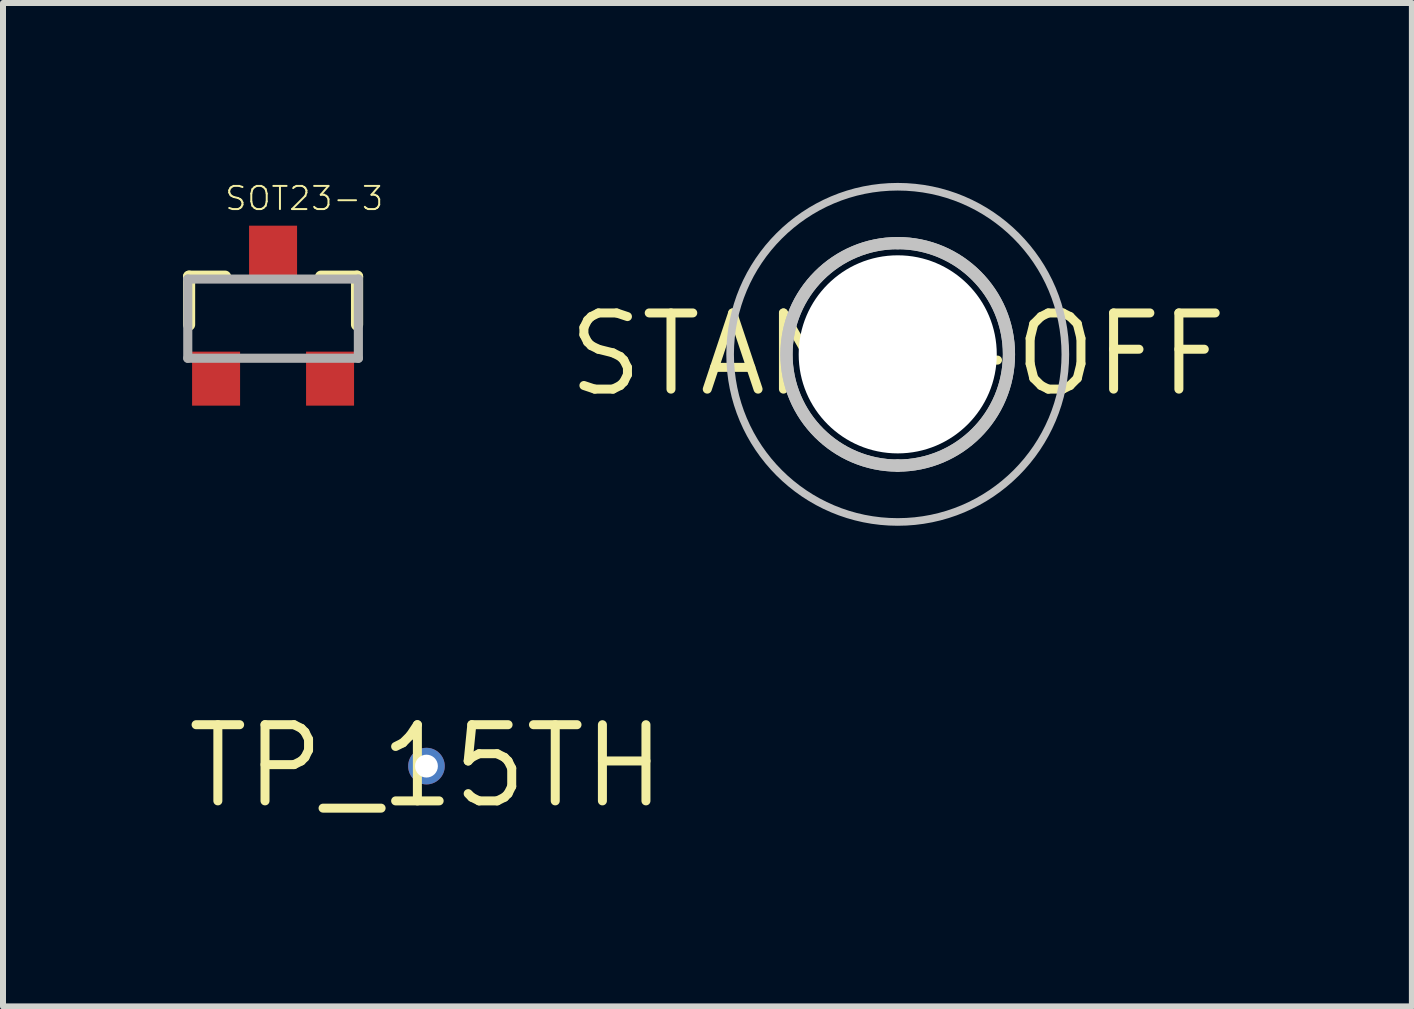
<source format=kicad_pcb>
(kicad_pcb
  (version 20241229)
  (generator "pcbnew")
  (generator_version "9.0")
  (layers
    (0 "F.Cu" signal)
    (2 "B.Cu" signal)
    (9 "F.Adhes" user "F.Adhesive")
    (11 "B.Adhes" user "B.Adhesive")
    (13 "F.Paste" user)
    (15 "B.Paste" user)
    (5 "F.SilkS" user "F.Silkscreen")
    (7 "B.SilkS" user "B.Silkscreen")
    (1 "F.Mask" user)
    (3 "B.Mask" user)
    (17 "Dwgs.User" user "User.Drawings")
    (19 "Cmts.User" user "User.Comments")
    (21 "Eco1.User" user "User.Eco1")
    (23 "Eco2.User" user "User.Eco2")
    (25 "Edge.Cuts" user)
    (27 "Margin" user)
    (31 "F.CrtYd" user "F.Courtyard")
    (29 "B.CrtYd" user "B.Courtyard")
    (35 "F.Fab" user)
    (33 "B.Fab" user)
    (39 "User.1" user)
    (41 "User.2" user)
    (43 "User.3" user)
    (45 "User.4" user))
  (footprint "SOT23-3"
    (layer "F.Cu")
    (at 1.502 2.262)
    (property "Reference" "SOT23-3" (at -0.826 -1.778 0) (layer "F.SilkS") (effects (font (size 0.386 0.386) (thickness 0.033)) (justify left bottom)))
    (attr through_hole)
    (fp_line (start -1.4 -0.7) (end -1.4 0.1) (stroke (width 0.203) (type solid)) (layer "F.SilkS"))
    (fp_line (start -0.8 -0.7) (end -1.4 -0.7) (stroke (width 0.203) (type solid)) (layer "F.SilkS"))
    (fp_line (start 0.8 -0.7) (end 1.4 -0.7) (stroke (width 0.203) (type solid)) (layer "F.SilkS"))
    (fp_line (start 1.4 -0.7) (end 1.4 0.1) (stroke (width 0.203) (type solid)) (layer "F.SilkS"))
    (fp_line (start -1.422 -0.66) (end 1.422 -0.66) (stroke (width 0.152) (type solid)) (layer "F.Fab"))
    (fp_line (start -1.422 0.66) (end -1.422 -0.66) (stroke (width 0.152) (type solid)) (layer "F.Fab"))
    (fp_line (start 1.422 -0.66) (end 1.422 0.66) (stroke (width 0.152) (type solid)) (layer "F.Fab"))
    (fp_line (start 1.422 0.66) (end -1.422 0.66) (stroke (width 0.152) (type solid)) (layer "F.Fab"))
    (pad "1" smd rect (at -0.95 1) (size 0.8 0.9) (layers "F.Cu" "F.Mask" "F.Paste"))
    (pad "2" smd rect (at 0.95 1) (size 0.8 0.9) (layers "F.Cu" "F.Mask" "F.Paste"))
    (pad "3" smd rect (at 0 -1.1) (size 0.8 0.9) (layers "F.Cu" "F.Mask" "F.Paste")))
  (footprint "TP_15TH"
    (layer "F.Cu")
    (at 4.059 9.721)
    (property "Reference" "TP_15TH" (at 0 0 0) (layer "F.SilkS") (effects (font (size 1.27 1.27) (thickness 0.15))))
    (attr through_hole)
    (fp_circle (center 0 0) (end 0.191 0) (stroke (width 0.381) (type solid)) (fill no) (layer "B.Mask"))
    (pad "P$1" thru_hole circle (at 0 0) (size 0.61 0.61) (drill 0.381) (layers "*.Cu" "*.Mask")))
  (footprint "STAND-OFF"
    (layer "F.Cu")
    (at 11.915 2.857)
    (property "Reference" "STAND-OFF" (at 0 0 0) (layer "F.SilkS") (effects (font (size 1.27 1.27) (thickness 0.15))))
    (attr through_hole)
    (fp_arc (start 0 -1.8542) (mid 1.8542 0) (end 0 1.8542) (stroke (width 0.2032) (type solid)) (layer "Dwgs.User"))
    (fp_arc (start 0 -1.8542) (mid 1.8542 0) (end 0 1.8542) (stroke (width 0.2032) (type solid)) (layer "Dwgs.User"))
    (fp_arc (start 0 1.8542) (mid -1.8542 0) (end 0 -1.8542) (stroke (width 0.2032) (type solid)) (layer "Dwgs.User"))
    (fp_arc (start 0 1.8542) (mid -1.8542 0) (end 0 -1.8542) (stroke (width 0.2032) (type solid)) (layer "Dwgs.User"))
    (fp_circle (center 0 0) (end 2.794 0) (stroke (width 0.127) (type solid)) (fill no) (layer "Dwgs.User"))
    (pad "" np_thru_hole circle (at 0 0) (size 3.302 3.302) (drill 3.302) (layers "*.Cu" "*.Mask")))
  (gr_rect
    (start -3 -3)
    (end 20.486 13.727)
    (stroke (width 0.1) (type default))
    (fill no)
    (layer "Edge.Cuts")))
</source>
